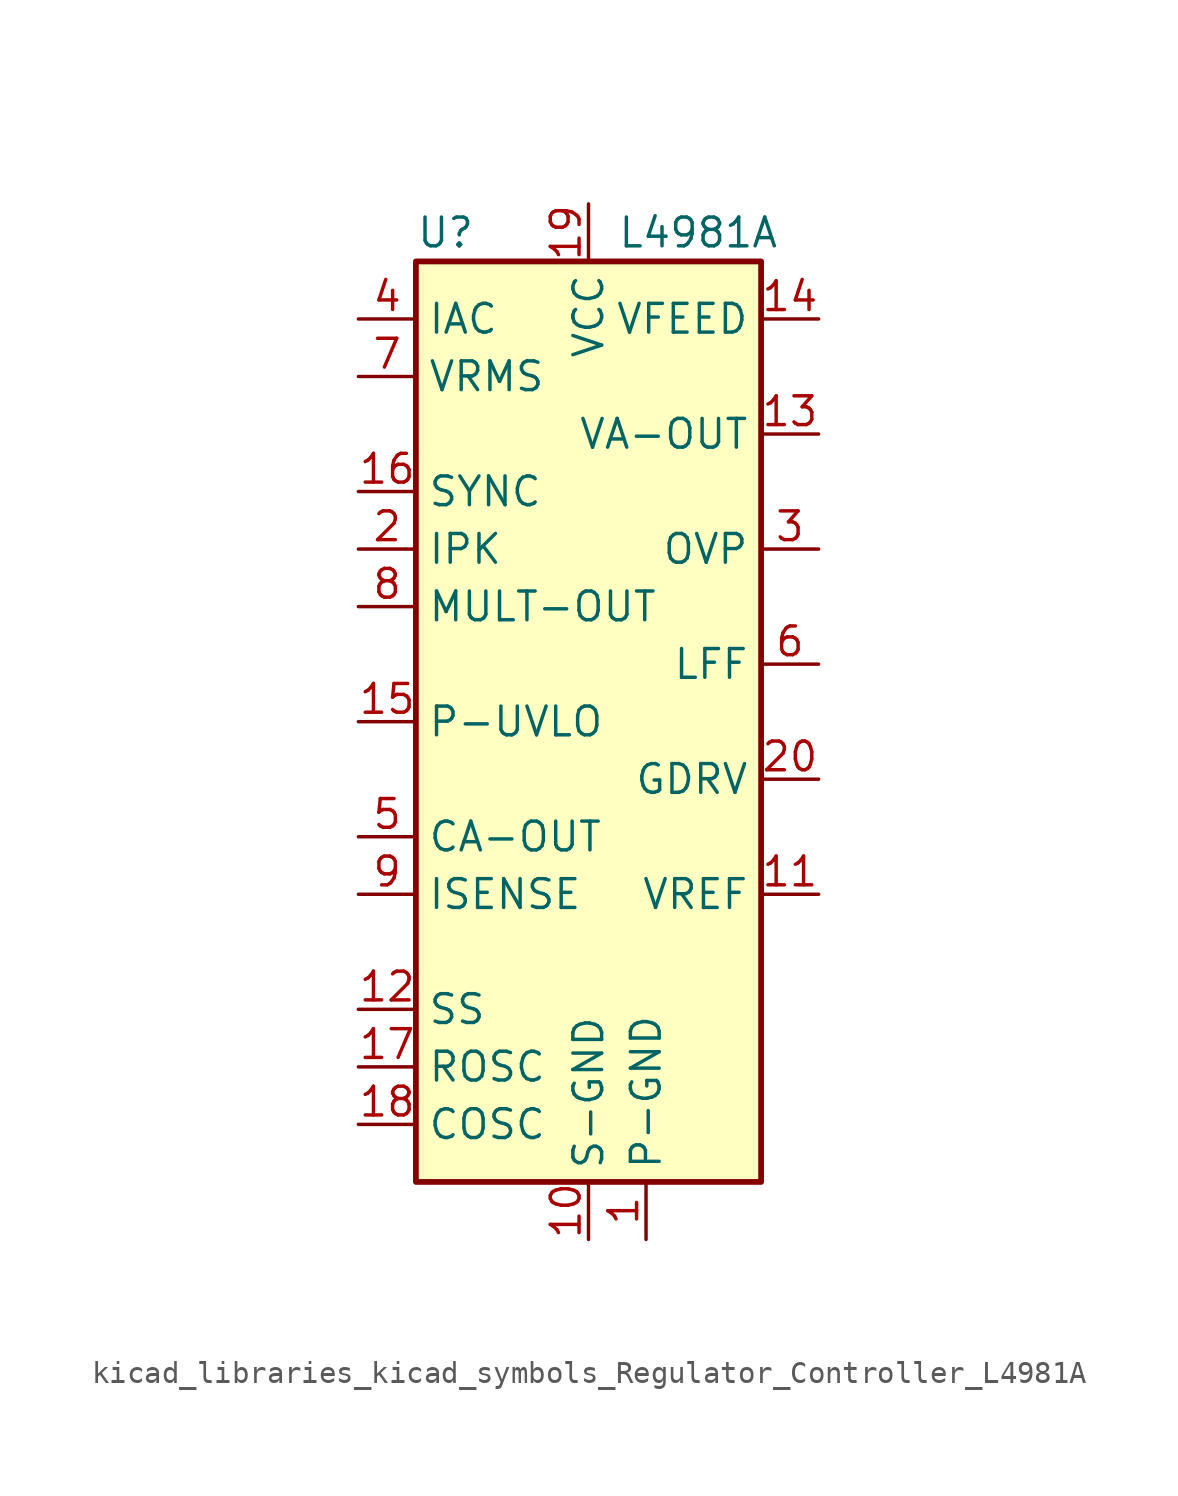
<source format=kicad_sym>
(kicad_symbol_lib
  (version 20220914)
  (generator kicad_symbol_editor)
  (symbol "kicad_libraries_kicad_symbols_Regulator_Controller_L4981A"
    (property "Reference" "U"
      (at -7.62 21.59 0)
      (effects (font (size 1.27 1.27)) (justify left)))
    (property "Value" "L4981A"
      (at 1.27 21.59 0)
      (effects (font (size 1.27 1.27)) (justify left)))
    (symbol "kicad_libraries_kicad_symbols_Regulator_Controller_L4981A_0_0"
      (rectangle (start -7.62 20.32) (end 7.62 -20.32) (stroke (width 0.254) (type default)) (fill (type background))))
    (symbol "kicad_libraries_kicad_symbols_Regulator_Controller_L4981A_1_1"
      (pin power_in line (at 2.54 -22.86 90) (length 2.54) (name "P-GND" (effects (font (size 1.27 1.27)))) (number "1" (effects (font (size 1.27 1.27)))))
      (pin power_in line (at 0 -22.86 90) (length 2.54) (name "S-GND" (effects (font (size 1.27 1.27)))) (number "10" (effects (font (size 1.27 1.27)))))
      (pin output line (at 10.16 -7.62 180) (length 2.54) (name "VREF" (effects (font (size 1.27 1.27)))) (number "11" (effects (font (size 1.27 1.27)))))
      (pin passive line (at -10.16 -12.7 0) (length 2.54) (name "SS" (effects (font (size 1.27 1.27)))) (number "12" (effects (font (size 1.27 1.27)))))
      (pin output line (at 10.16 12.7 180) (length 2.54) (name "VA-OUT" (effects (font (size 1.27 1.27)))) (number "13" (effects (font (size 1.27 1.27)))))
      (pin input line (at 10.16 17.78 180) (length 2.54) (name "VFEED" (effects (font (size 1.27 1.27)))) (number "14" (effects (font (size 1.27 1.27)))))
      (pin input line (at -10.16 0 0) (length 2.54) (name "P-UVLO" (effects (font (size 1.27 1.27)))) (number "15" (effects (font (size 1.27 1.27)))))
      (pin bidirectional line (at -10.16 10.16 0) (length 2.54) (name "SYNC" (effects (font (size 1.27 1.27)))) (number "16" (effects (font (size 1.27 1.27)))))
      (pin passive line (at -10.16 -15.24 0) (length 2.54) (name "ROSC" (effects (font (size 1.27 1.27)))) (number "17" (effects (font (size 1.27 1.27)))))
      (pin passive line (at -10.16 -17.78 0) (length 2.54) (name "COSC" (effects (font (size 1.27 1.27)))) (number "18" (effects (font (size 1.27 1.27)))))
      (pin power_in line (at 0 22.86 270) (length 2.54) (name "VCC" (effects (font (size 1.27 1.27)))) (number "19" (effects (font (size 1.27 1.27)))))
      (pin input line (at -10.16 7.62 0) (length 2.54) (name "IPK" (effects (font (size 1.27 1.27)))) (number "2" (effects (font (size 1.27 1.27)))))
      (pin output line (at 10.16 -2.54 180) (length 2.54) (name "GDRV" (effects (font (size 1.27 1.27)))) (number "20" (effects (font (size 1.27 1.27)))))
      (pin input line (at 10.16 7.62 180) (length 2.54) (name "OVP" (effects (font (size 1.27 1.27)))) (number "3" (effects (font (size 1.27 1.27)))))
      (pin input line (at -10.16 17.78 0) (length 2.54) (name "IAC" (effects (font (size 1.27 1.27)))) (number "4" (effects (font (size 1.27 1.27)))))
      (pin output line (at -10.16 -5.08 0) (length 2.54) (name "CA-OUT" (effects (font (size 1.27 1.27)))) (number "5" (effects (font (size 1.27 1.27)))))
      (pin input line (at 10.16 2.54 180) (length 2.54) (name "LFF" (effects (font (size 1.27 1.27)))) (number "6" (effects (font (size 1.27 1.27)))))
      (pin input line (at -10.16 15.24 0) (length 2.54) (name "VRMS" (effects (font (size 1.27 1.27)))) (number "7" (effects (font (size 1.27 1.27)))))
      (pin output line (at -10.16 5.08 0) (length 2.54) (name "MULT-OUT" (effects (font (size 1.27 1.27)))) (number "8" (effects (font (size 1.27 1.27)))))
      (pin input line (at -10.16 -7.62 0) (length 2.54) (name "ISENSE" (effects (font (size 1.27 1.27)))) (number "9" (effects (font (size 1.27 1.27))))))))
</source>
